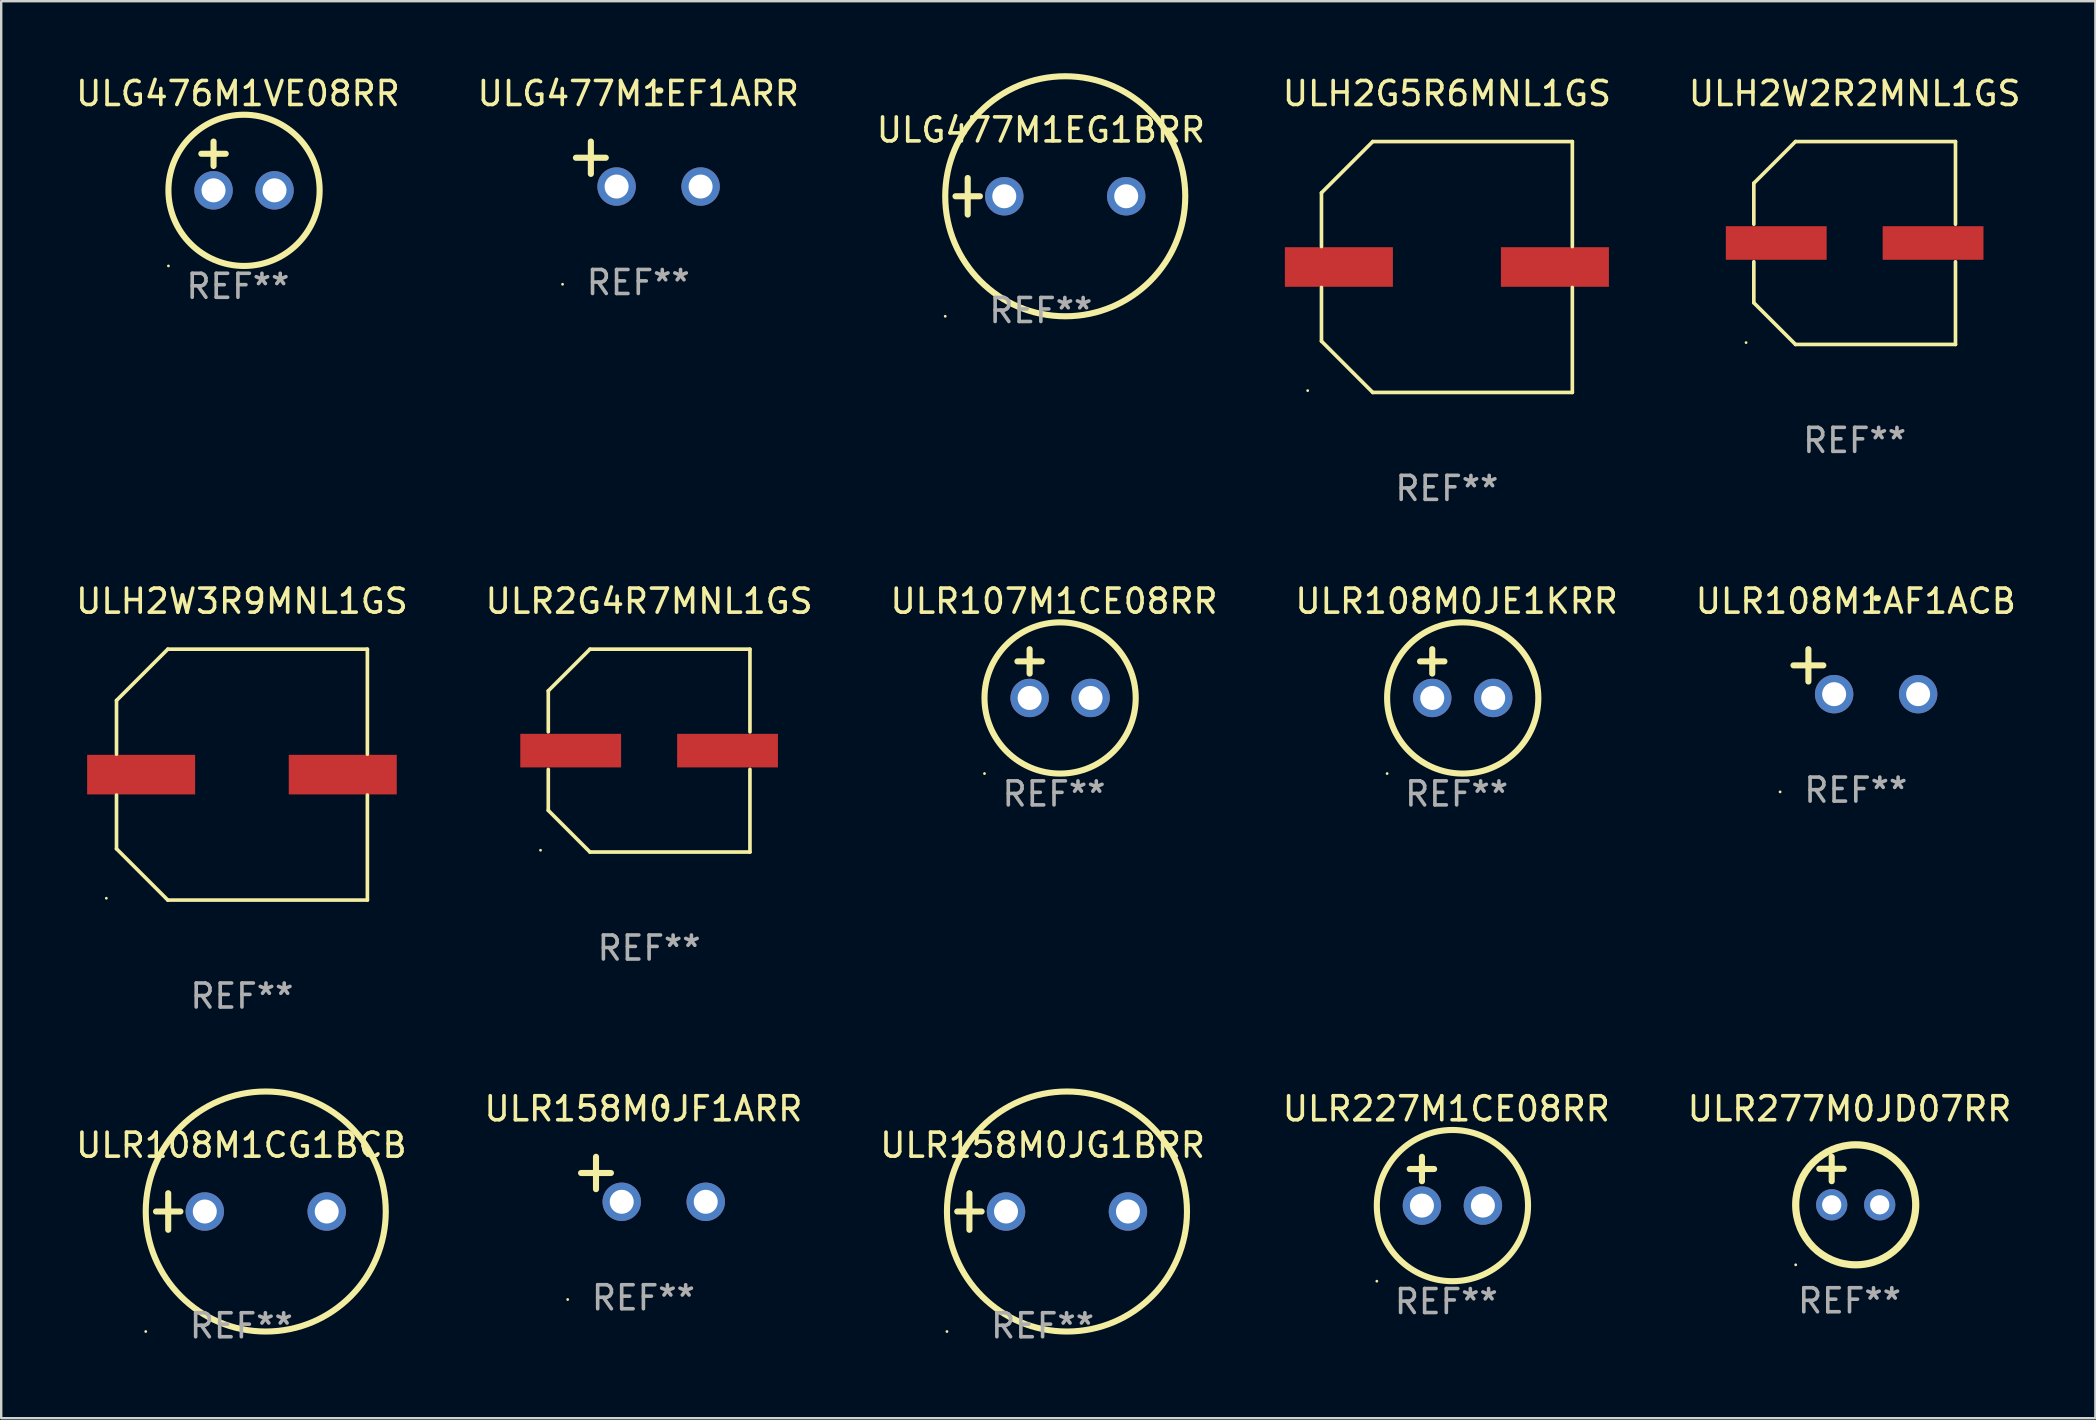
<source format=kicad_pcb>
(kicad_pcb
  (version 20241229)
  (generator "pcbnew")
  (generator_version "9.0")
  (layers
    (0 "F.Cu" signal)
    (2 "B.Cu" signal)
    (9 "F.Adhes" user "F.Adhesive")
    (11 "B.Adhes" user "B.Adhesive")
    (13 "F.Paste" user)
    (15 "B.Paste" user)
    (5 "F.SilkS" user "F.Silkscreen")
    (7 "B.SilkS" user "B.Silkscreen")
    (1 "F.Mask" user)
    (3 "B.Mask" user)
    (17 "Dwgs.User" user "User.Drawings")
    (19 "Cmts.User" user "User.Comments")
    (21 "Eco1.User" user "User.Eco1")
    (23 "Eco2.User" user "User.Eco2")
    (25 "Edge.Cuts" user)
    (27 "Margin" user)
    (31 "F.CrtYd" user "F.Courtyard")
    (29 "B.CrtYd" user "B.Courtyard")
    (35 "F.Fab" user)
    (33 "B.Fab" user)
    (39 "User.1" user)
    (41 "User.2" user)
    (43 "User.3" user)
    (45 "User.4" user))
  (footprint "ULG476M1VE08RR"
    (layer "F.Cu")
    (at 6.863 3.864)
    (property "Reference" "ULG476M1VE08RR" (at 0 -3.016 0) (layer "F.SilkS") (effects (font (size 1 1) (thickness 0.15))))
    (attr through_hole)
    (fp_line (start -1.524 -0.508) (end -0.508 -0.508) (stroke (width 0.254) (type solid)) (layer "F.SilkS"))
    (fp_line (start -1.016 -1.016) (end -1.016 0) (stroke (width 0.254) (type solid)) (layer "F.SilkS"))
    (fp_circle (center -2.896 4.166) (end -2.866 4.166) (stroke (width 0.06) (type solid)) (fill no) (layer "F.SilkS"))
    (fp_circle (center 0.254 1.016) (end 3.404 1.016) (stroke (width 0.254) (type solid)) (fill no) (layer "F.SilkS"))
    (fp_text user "REF**" (at 0 5.016 0) (layer "F.Fab") (effects (font (size 1 1) (thickness 0.15))))
    (pad "1" thru_hole circle (at -1.016 1.016) (size 1.6 1.6) (drill 1) (layers "*.Cu" "*.Mask"))
    (pad "2" thru_hole circle (at 1.524 1.016) (size 1.6 1.6) (drill 1) (layers "*.Cu" "*.Mask")))
  (footprint "ULH2W2R2MNL1GS"
    (layer "F.Cu")
    (at 74.22 7.074)
    (property "Reference" "ULH2W2R2MNL1GS" (at 0 -6.226 0) (layer "F.SilkS") (effects (font (size 1 1) (thickness 0.15))))
    (attr through_hole)
    (fp_line (start -4.201 -2.49) (end -4.201 -0.782) (stroke (width 0.152) (type solid)) (layer "F.SilkS"))
    (fp_line (start -4.201 2.49) (end -4.201 0.782) (stroke (width 0.152) (type solid)) (layer "F.SilkS"))
    (fp_line (start -2.465 -4.226) (end -4.201 -2.49) (stroke (width 0.152) (type solid)) (layer "F.SilkS"))
    (fp_line (start -2.465 4.226) (end -4.201 2.49) (stroke (width 0.152) (type solid)) (layer "F.SilkS"))
    (fp_line (start 4.201 -4.226) (end -2.465 -4.226) (stroke (width 0.152) (type solid)) (layer "F.SilkS"))
    (fp_line (start 4.201 -0.782) (end 4.201 -4.226) (stroke (width 0.152) (type solid)) (layer "F.SilkS"))
    (fp_line (start 4.201 0.782) (end 4.201 4.226) (stroke (width 0.152) (type solid)) (layer "F.SilkS"))
    (fp_line (start 4.201 4.226) (end -2.465 4.226) (stroke (width 0.152) (type solid)) (layer "F.SilkS"))
    (fp_circle (center -4.524 4.15) (end -4.494 4.15) (stroke (width 0.06) (type solid)) (fill no) (layer "F.SilkS"))
    (fp_text user "REF**" (at 0 8.226 0) (layer "F.Fab") (effects (font (size 1 1) (thickness 0.15))))
    (pad "1" smd rect (at -3.267 0) (size 4.2 1.4) (layers "F.Cu" "F.Mask" "F.Paste"))
    (pad "2" smd rect (at 3.267 0) (size 4.2 1.4) (layers "F.Cu" "F.Mask" "F.Paste")))
  (footprint "ULG477M1EF1ARR"
    (layer "F.Cu")
    (at 23.542 3.785)
    (property "Reference" "ULG477M1EF1ARR" (at 0 -2.937 0) (layer "F.SilkS") (effects (font (size 1 1) (thickness 0.15))))
    (attr through_hole)
    (fp_line (start -1.975 0.41) (end -1.975 -0.937) (stroke (width 0.254) (type solid)) (layer "F.SilkS"))
    (fp_line (start -1.353 -0.263) (end -2.597 -0.263) (stroke (width 0.254) (type solid)) (layer "F.SilkS"))
    (fp_arc (start 0.849809 -3.063957) (mid 0.885369 -3.064114) (end 0.920929 -3.063957) (stroke (width 0.254001) (type solid)) (layer "F.SilkS"))
    (fp_circle (center -3.154 5.008) (end -3.124 5.008) (stroke (width 0.06) (type solid)) (fill no) (layer "F.SilkS"))
    (fp_text user "REF**" (at 0 4.937 0) (layer "F.Fab") (effects (font (size 1 1) (thickness 0.15))))
    (pad "1" thru_hole circle (at -0.903 0.937) (size 1.6 1.6) (drill 1) (layers "*.Cu" "*.Mask"))
    (pad "2" thru_hole circle (at 2.597 0.937) (size 1.6 1.6) (drill 1) (layers "*.Cu" "*.Mask")))
  (footprint "ULH2W3R9MNL1GS"
    (layer "F.Cu")
    (at 7.03 29.223)
    (property "Reference" "ULH2W3R9MNL1GS" (at 0 -7.226 0) (layer "F.SilkS") (effects (font (size 1 1) (thickness 0.15))))
    (attr through_hole)
    (fp_line (start -5.226 -3.09) (end -5.226 -0.852) (stroke (width 0.152) (type solid)) (layer "F.SilkS"))
    (fp_line (start -5.226 3.09) (end -5.226 0.852) (stroke (width 0.152) (type solid)) (layer "F.SilkS"))
    (fp_line (start -3.09 -5.226) (end -5.226 -3.09) (stroke (width 0.152) (type solid)) (layer "F.SilkS"))
    (fp_line (start -3.09 5.226) (end -5.226 3.09) (stroke (width 0.152) (type solid)) (layer "F.SilkS"))
    (fp_line (start 5.226 -5.226) (end -3.09 -5.226) (stroke (width 0.152) (type solid)) (layer "F.SilkS"))
    (fp_line (start 5.226 -0.852) (end 5.226 -5.226) (stroke (width 0.152) (type solid)) (layer "F.SilkS"))
    (fp_line (start 5.226 0.852) (end 5.226 5.226) (stroke (width 0.152) (type solid)) (layer "F.SilkS"))
    (fp_line (start 5.226 5.226) (end -3.09 5.226) (stroke (width 0.152) (type solid)) (layer "F.SilkS"))
    (fp_circle (center -5.65 5.15) (end -5.62 5.15) (stroke (width 0.06) (type solid)) (fill no) (layer "F.SilkS"))
    (fp_text user "REF**" (at 0 9.226 0) (layer "F.Fab") (effects (font (size 1 1) (thickness 0.15))))
    (pad "1" smd rect (at -4.2 0) (size 4.5 1.65) (layers "F.Cu" "F.Mask" "F.Paste"))
    (pad "2" smd rect (at 4.2 0) (size 4.5 1.65) (layers "F.Cu" "F.Mask" "F.Paste")))
  (footprint "ULR158M0JF1ARR"
    (layer "F.Cu")
    (at 23.756 46.083)
    (property "Reference" "ULR158M0JF1ARR" (at 0 -2.937 0) (layer "F.SilkS") (effects (font (size 1 1) (thickness 0.15))))
    (attr through_hole)
    (fp_line (start -1.975 0.41) (end -1.975 -0.937) (stroke (width 0.254) (type solid)) (layer "F.SilkS"))
    (fp_line (start -1.353 -0.263) (end -2.597 -0.263) (stroke (width 0.254) (type solid)) (layer "F.SilkS"))
    (fp_arc (start 0.849809 -3.063957) (mid 0.885369 -3.064114) (end 0.920929 -3.063957) (stroke (width 0.254001) (type solid)) (layer "F.SilkS"))
    (fp_circle (center -3.154 5.008) (end -3.124 5.008) (stroke (width 0.06) (type solid)) (fill no) (layer "F.SilkS"))
    (fp_text user "REF**" (at 0 4.937 0) (layer "F.Fab") (effects (font (size 1 1) (thickness 0.15))))
    (pad "1" thru_hole circle (at -0.903 0.937) (size 1.6 1.6) (drill 1) (layers "*.Cu" "*.Mask"))
    (pad "2" thru_hole circle (at 2.597 0.937) (size 1.6 1.6) (drill 1) (layers "*.Cu" "*.Mask")))
  (footprint "ULR108M1AF1ACB"
    (layer "F.Cu")
    (at 74.268 24.934)
    (property "Reference" "ULR108M1AF1ACB" (at 0 -2.937 0) (layer "F.SilkS") (effects (font (size 1 1) (thickness 0.15))))
    (attr through_hole)
    (fp_line (start -1.975 0.41) (end -1.975 -0.937) (stroke (width 0.254) (type solid)) (layer "F.SilkS"))
    (fp_line (start -1.353 -0.263) (end -2.597 -0.263) (stroke (width 0.254) (type solid)) (layer "F.SilkS"))
    (fp_arc (start 0.849809 -3.063957) (mid 0.885369 -3.064114) (end 0.920929 -3.063957) (stroke (width 0.254001) (type solid)) (layer "F.SilkS"))
    (fp_circle (center -3.154 5.008) (end -3.124 5.008) (stroke (width 0.06) (type solid)) (fill no) (layer "F.SilkS"))
    (fp_text user "REF**" (at 0 4.937 0) (layer "F.Fab") (effects (font (size 1 1) (thickness 0.15))))
    (pad "1" thru_hole circle (at -0.903 0.937) (size 1.6 1.6) (drill 1) (layers "*.Cu" "*.Mask"))
    (pad "2" thru_hole circle (at 2.597 0.937) (size 1.6 1.6) (drill 1) (layers "*.Cu" "*.Mask")))
  (footprint "ULR277M0JD07RR"
    (layer "F.Cu")
    (at 74.006 46.146)
    (property "Reference" "ULR277M0JD07RR" (at 0 -3 0) (layer "F.SilkS") (effects (font (size 1 1) (thickness 0.15))))
    (attr through_hole)
    (fp_line (start -1.258 -0.5) (end -0.242 -0.5) (stroke (width 0.254) (type solid)) (layer "F.SilkS"))
    (fp_line (start -0.742 -1) (end -0.742 0.016) (stroke (width 0.254) (type solid)) (layer "F.SilkS"))
    (fp_circle (center -2.242 3.5) (end -2.212 3.5) (stroke (width 0.06) (type solid)) (fill no) (layer "F.SilkS"))
    (fp_circle (center 0.258 1) (end 2.758 1) (stroke (width 0.3) (type solid)) (fill no) (layer "F.SilkS"))
    (fp_text user "REF**" (at 0 5 0) (layer "F.Fab") (effects (font (size 1 1) (thickness 0.15))))
    (pad "1" thru_hole circle (at -0.742 1) (size 1.3 1.3) (drill 0.8) (layers "*.Cu" "*.Mask"))
    (pad "2" thru_hole circle (at 1.258 1) (size 1.3 1.3) (drill 0.8) (layers "*.Cu" "*.Mask")))
  (footprint "ULR158M0JG1BRR"
    (layer "F.Cu")
    (at 40.387 47.425)
    (property "Reference" "ULR158M0JG1BRR" (at 0 -2.762 0) (layer "F.SilkS") (effects (font (size 1 1) (thickness 0.15))))
    (attr through_hole)
    (fp_line (start -3.556 0) (end -2.54 0) (stroke (width 0.254) (type solid)) (layer "F.SilkS"))
    (fp_line (start -3.048 -0.762) (end -3.048 0.762) (stroke (width 0.254) (type solid)) (layer "F.SilkS"))
    (fp_circle (center -3.984 5) (end -3.954 5) (stroke (width 0.06) (type solid)) (fill no) (layer "F.SilkS"))
    (fp_circle (center 1.016 0) (end 6.016 0) (stroke (width 0.254) (type solid)) (fill no) (layer "F.SilkS"))
    (fp_text user "REF**" (at 0 4.762 0) (layer "F.Fab") (effects (font (size 1 1) (thickness 0.15))))
    (pad "1" thru_hole circle (at -1.524 0) (size 1.6 1.6) (drill 1) (layers "*.Cu" "*.Mask"))
    (pad "2" thru_hole circle (at 3.556 0) (size 1.6 1.6) (drill 1) (layers "*.Cu" "*.Mask")))
  (footprint "ULR107M1CE08RR"
    (layer "F.Cu")
    (at 40.863 25.013)
    (property "Reference" "ULR107M1CE08RR" (at 0 -3.016 0) (layer "F.SilkS") (effects (font (size 1 1) (thickness 0.15))))
    (attr through_hole)
    (fp_line (start -1.524 -0.508) (end -0.508 -0.508) (stroke (width 0.254) (type solid)) (layer "F.SilkS"))
    (fp_line (start -1.016 -1.016) (end -1.016 0) (stroke (width 0.254) (type solid)) (layer "F.SilkS"))
    (fp_circle (center -2.896 4.166) (end -2.866 4.166) (stroke (width 0.06) (type solid)) (fill no) (layer "F.SilkS"))
    (fp_circle (center 0.254 1.016) (end 3.404 1.016) (stroke (width 0.254) (type solid)) (fill no) (layer "F.SilkS"))
    (fp_text user "REF**" (at 0 5.016 0) (layer "F.Fab") (effects (font (size 1 1) (thickness 0.15))))
    (pad "1" thru_hole circle (at -1.016 1.016) (size 1.6 1.6) (drill 1) (layers "*.Cu" "*.Mask"))
    (pad "2" thru_hole circle (at 1.524 1.016) (size 1.6 1.6) (drill 1) (layers "*.Cu" "*.Mask")))
  (footprint "ULR108M0JE1KRR"
    (layer "F.Cu")
    (at 57.637 25.013)
    (property "Reference" "ULR108M0JE1KRR" (at 0 -3.016 0) (layer "F.SilkS") (effects (font (size 1 1) (thickness 0.15))))
    (attr through_hole)
    (fp_line (start -1.524 -0.508) (end -0.508 -0.508) (stroke (width 0.254) (type solid)) (layer "F.SilkS"))
    (fp_line (start -1.016 -1.016) (end -1.016 0) (stroke (width 0.254) (type solid)) (layer "F.SilkS"))
    (fp_circle (center -2.896 4.166) (end -2.866 4.166) (stroke (width 0.06) (type solid)) (fill no) (layer "F.SilkS"))
    (fp_circle (center 0.254 1.016) (end 3.404 1.016) (stroke (width 0.254) (type solid)) (fill no) (layer "F.SilkS"))
    (fp_text user "REF**" (at 0 5.016 0) (layer "F.Fab") (effects (font (size 1 1) (thickness 0.15))))
    (pad "1" thru_hole circle (at -1.016 1.016) (size 1.6 1.6) (drill 1) (layers "*.Cu" "*.Mask"))
    (pad "2" thru_hole circle (at 1.524 1.016) (size 1.6 1.6) (drill 1) (layers "*.Cu" "*.Mask")))
  (footprint "ULR108M1CG1BCB"
    (layer "F.Cu")
    (at 7.006 47.425)
    (property "Reference" "ULR108M1CG1BCB" (at 0 -2.762 0) (layer "F.SilkS") (effects (font (size 1 1) (thickness 0.15))))
    (attr through_hole)
    (fp_line (start -3.556 0) (end -2.54 0) (stroke (width 0.254) (type solid)) (layer "F.SilkS"))
    (fp_line (start -3.048 -0.762) (end -3.048 0.762) (stroke (width 0.254) (type solid)) (layer "F.SilkS"))
    (fp_circle (center -3.984 5) (end -3.954 5) (stroke (width 0.06) (type solid)) (fill no) (layer "F.SilkS"))
    (fp_circle (center 1.016 0) (end 6.016 0) (stroke (width 0.254) (type solid)) (fill no) (layer "F.SilkS"))
    (fp_text user "REF**" (at 0 4.762 0) (layer "F.Fab") (effects (font (size 1 1) (thickness 0.15))))
    (pad "1" thru_hole circle (at -1.524 0) (size 1.6 1.6) (drill 1) (layers "*.Cu" "*.Mask"))
    (pad "2" thru_hole circle (at 3.556 0) (size 1.6 1.6) (drill 1) (layers "*.Cu" "*.Mask")))
  (footprint "ULR2G4R7MNL1GS"
    (layer "F.Cu")
    (at 23.994 28.223)
    (property "Reference" "ULR2G4R7MNL1GS" (at 0 -6.226 0) (layer "F.SilkS") (effects (font (size 1 1) (thickness 0.15))))
    (attr through_hole)
    (fp_line (start -4.201 -2.49) (end -4.201 -0.782) (stroke (width 0.152) (type solid)) (layer "F.SilkS"))
    (fp_line (start -4.201 2.49) (end -4.201 0.782) (stroke (width 0.152) (type solid)) (layer "F.SilkS"))
    (fp_line (start -2.465 -4.226) (end -4.201 -2.49) (stroke (width 0.152) (type solid)) (layer "F.SilkS"))
    (fp_line (start -2.465 4.226) (end -4.201 2.49) (stroke (width 0.152) (type solid)) (layer "F.SilkS"))
    (fp_line (start 4.201 -4.226) (end -2.465 -4.226) (stroke (width 0.152) (type solid)) (layer "F.SilkS"))
    (fp_line (start 4.201 -0.782) (end 4.201 -4.226) (stroke (width 0.152) (type solid)) (layer "F.SilkS"))
    (fp_line (start 4.201 0.782) (end 4.201 4.226) (stroke (width 0.152) (type solid)) (layer "F.SilkS"))
    (fp_line (start 4.201 4.226) (end -2.465 4.226) (stroke (width 0.152) (type solid)) (layer "F.SilkS"))
    (fp_circle (center -4.524 4.15) (end -4.494 4.15) (stroke (width 0.06) (type solid)) (fill no) (layer "F.SilkS"))
    (fp_text user "REF**" (at 0 8.226 0) (layer "F.Fab") (effects (font (size 1 1) (thickness 0.15))))
    (pad "1" smd rect (at -3.267 0) (size 4.2 1.4) (layers "F.Cu" "F.Mask" "F.Paste"))
    (pad "2" smd rect (at 3.267 0) (size 4.2 1.4) (layers "F.Cu" "F.Mask" "F.Paste")))
  (footprint "ULH2G5R6MNL1GS"
    (layer "F.Cu")
    (at 57.232 8.074)
    (property "Reference" "ULH2G5R6MNL1GS" (at 0 -7.226 0) (layer "F.SilkS") (effects (font (size 1 1) (thickness 0.15))))
    (attr through_hole)
    (fp_line (start -5.226 -3.09) (end -5.226 -0.852) (stroke (width 0.152) (type solid)) (layer "F.SilkS"))
    (fp_line (start -5.226 3.09) (end -5.226 0.852) (stroke (width 0.152) (type solid)) (layer "F.SilkS"))
    (fp_line (start -3.09 -5.226) (end -5.226 -3.09) (stroke (width 0.152) (type solid)) (layer "F.SilkS"))
    (fp_line (start -3.09 5.226) (end -5.226 3.09) (stroke (width 0.152) (type solid)) (layer "F.SilkS"))
    (fp_line (start 5.226 -5.226) (end -3.09 -5.226) (stroke (width 0.152) (type solid)) (layer "F.SilkS"))
    (fp_line (start 5.226 -0.852) (end 5.226 -5.226) (stroke (width 0.152) (type solid)) (layer "F.SilkS"))
    (fp_line (start 5.226 0.852) (end 5.226 5.226) (stroke (width 0.152) (type solid)) (layer "F.SilkS"))
    (fp_line (start 5.226 5.226) (end -3.09 5.226) (stroke (width 0.152) (type solid)) (layer "F.SilkS"))
    (fp_circle (center -5.8 5.15) (end -5.77 5.15) (stroke (width 0.06) (type solid)) (fill no) (layer "F.SilkS"))
    (fp_text user "REF**" (at 0 9.226 0) (layer "F.Fab") (effects (font (size 1 1) (thickness 0.15))))
    (pad "1" smd rect (at -4.5 0) (size 4.5 1.65) (layers "F.Cu" "F.Mask" "F.Paste"))
    (pad "2" smd rect (at 4.5 0) (size 4.5 1.65) (layers "F.Cu" "F.Mask" "F.Paste")))
  (footprint "ULR227M1CE08RR"
    (layer "F.Cu")
    (at 57.208 46.162)
    (property "Reference" "ULR227M1CE08RR" (at 0 -3.016 0) (layer "F.SilkS") (effects (font (size 1 1) (thickness 0.15))))
    (attr through_hole)
    (fp_line (start -1.524 -0.508) (end -0.508 -0.508) (stroke (width 0.254) (type solid)) (layer "F.SilkS"))
    (fp_line (start -1.016 -1.016) (end -1.016 0) (stroke (width 0.254) (type solid)) (layer "F.SilkS"))
    (fp_circle (center -2.896 4.166) (end -2.866 4.166) (stroke (width 0.06) (type solid)) (fill no) (layer "F.SilkS"))
    (fp_circle (center 0.254 1.016) (end 3.404 1.016) (stroke (width 0.254) (type solid)) (fill no) (layer "F.SilkS"))
    (fp_text user "REF**" (at 0 5.016 0) (layer "F.Fab") (effects (font (size 1 1) (thickness 0.15))))
    (pad "1" thru_hole circle (at -1.016 1.016) (size 1.6 1.6) (drill 1) (layers "*.Cu" "*.Mask"))
    (pad "2" thru_hole circle (at 1.524 1.016) (size 1.6 1.6) (drill 1) (layers "*.Cu" "*.Mask")))
  (footprint "ULG477M1EG1BRR"
    (layer "F.Cu")
    (at 40.315 5.127)
    (property "Reference" "ULG477M1EG1BRR" (at 0 -2.762 0) (layer "F.SilkS") (effects (font (size 1 1) (thickness 0.15))))
    (attr through_hole)
    (fp_line (start -3.556 0) (end -2.54 0) (stroke (width 0.254) (type solid)) (layer "F.SilkS"))
    (fp_line (start -3.048 -0.762) (end -3.048 0.762) (stroke (width 0.254) (type solid)) (layer "F.SilkS"))
    (fp_circle (center -3.984 5) (end -3.954 5) (stroke (width 0.06) (type solid)) (fill no) (layer "F.SilkS"))
    (fp_circle (center 1.016 0) (end 6.016 0) (stroke (width 0.254) (type solid)) (fill no) (layer "F.SilkS"))
    (fp_text user "REF**" (at 0 4.762 0) (layer "F.Fab") (effects (font (size 1 1) (thickness 0.15))))
    (pad "1" thru_hole circle (at -1.524 0) (size 1.6 1.6) (drill 1) (layers "*.Cu" "*.Mask"))
    (pad "2" thru_hole circle (at 3.556 0) (size 1.6 1.6) (drill 1) (layers "*.Cu" "*.Mask")))
  (gr_rect
    (start -3 -3)
    (end 84.25 56.035)
    (stroke (width 0.1) (type default))
    (fill no)
    (layer "Edge.Cuts")))
</source>
